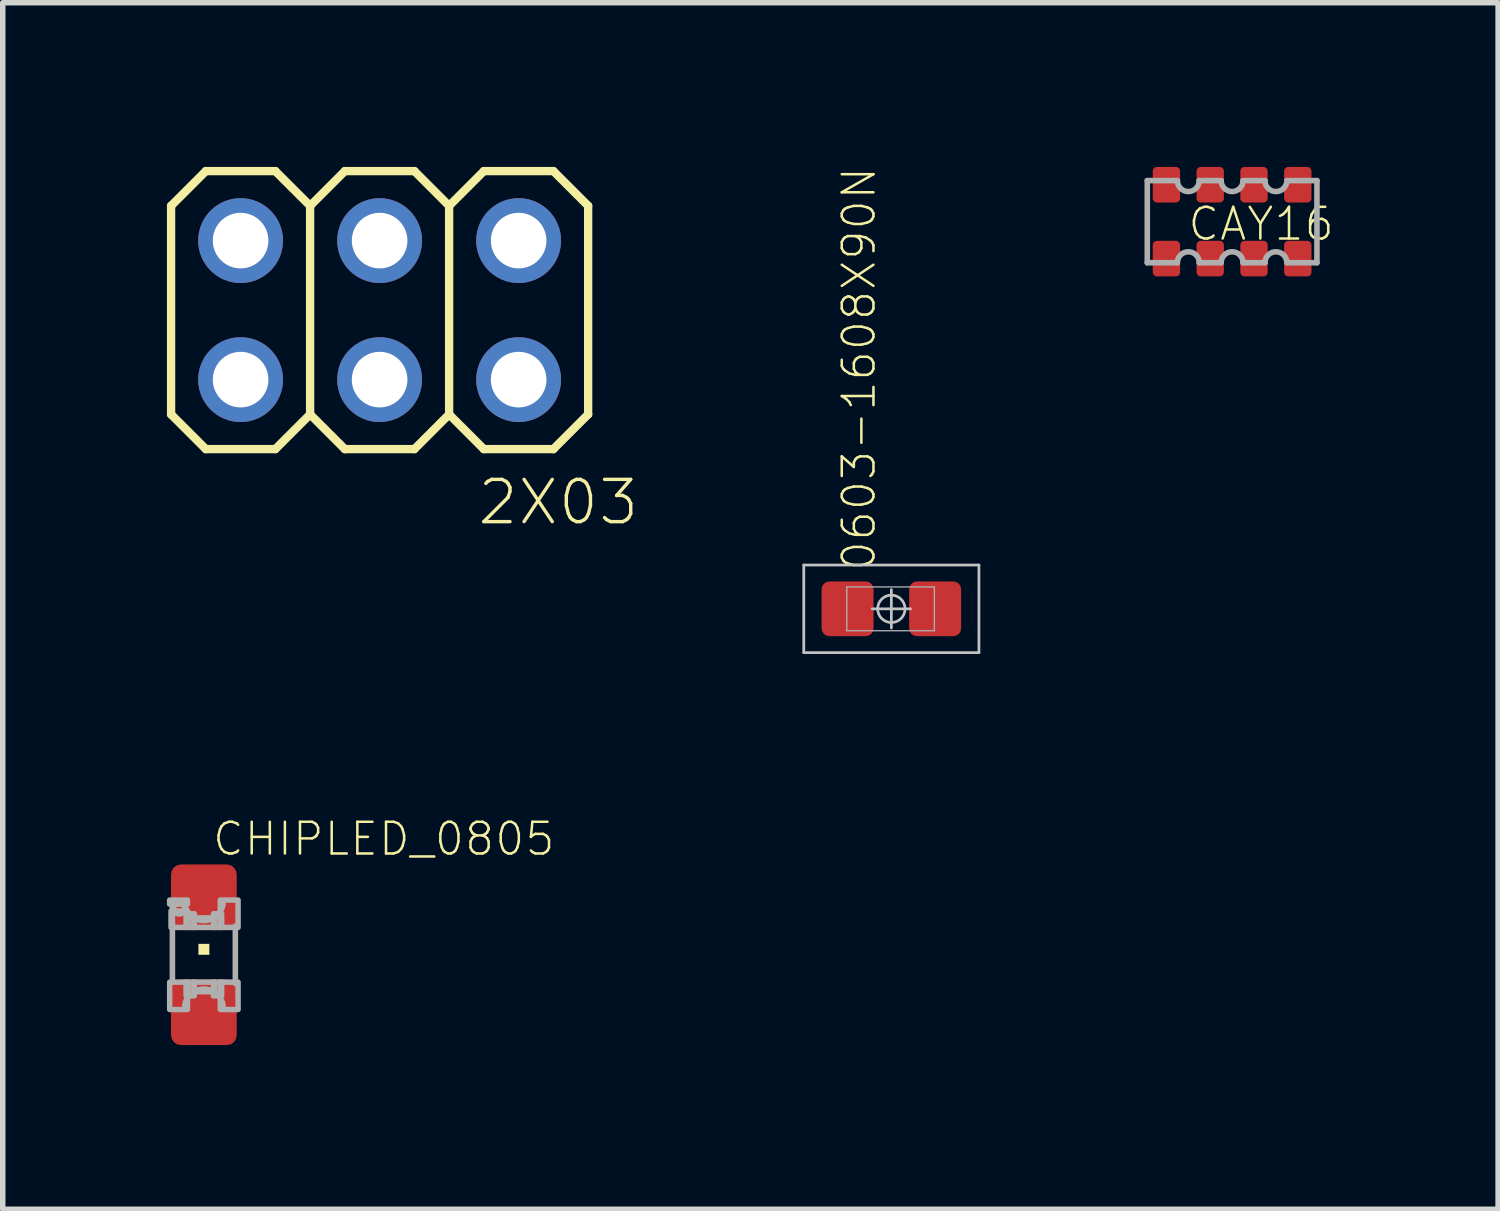
<source format=kicad_pcb>
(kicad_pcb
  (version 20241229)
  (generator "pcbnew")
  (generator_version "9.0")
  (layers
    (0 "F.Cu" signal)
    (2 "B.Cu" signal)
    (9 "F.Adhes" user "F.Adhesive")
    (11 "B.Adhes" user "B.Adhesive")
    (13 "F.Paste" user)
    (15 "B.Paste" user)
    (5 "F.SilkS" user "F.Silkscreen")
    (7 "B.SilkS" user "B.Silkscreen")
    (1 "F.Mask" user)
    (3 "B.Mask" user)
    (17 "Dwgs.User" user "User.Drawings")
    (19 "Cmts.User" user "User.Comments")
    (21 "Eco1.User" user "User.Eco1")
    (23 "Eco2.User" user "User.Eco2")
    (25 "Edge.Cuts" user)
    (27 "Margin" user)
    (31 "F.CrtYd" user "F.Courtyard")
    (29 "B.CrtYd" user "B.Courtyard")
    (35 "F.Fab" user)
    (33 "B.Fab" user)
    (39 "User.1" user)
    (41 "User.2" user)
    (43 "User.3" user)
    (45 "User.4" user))
  (footprint "CHIPLED_0805"
    (layer "F.Cu")
    (at 0.675 14.395)
    (property "Reference" "CHIPLED_0805" (at 0.127 -1.778 180) (layer "F.SilkS") (effects (font (size 0.579 0.579) (thickness 0.046)) (justify left bottom)))
    (attr through_hole)
    (fp_poly (pts (xy -0.1 0) (xy 0.1 0) (xy 0.1 -0.2) (xy -0.1 -0.2)) (stroke (width 0) (type solid)) (fill yes) (layer "F.SilkS"))
    (fp_line (start -0.575 0.5) (end -0.575 -0.925) (stroke (width 0.102) (type solid)) (layer "F.Fab"))
    (fp_line (start 0.575 -0.525) (end 0.575 0.525) (stroke (width 0.102) (type solid)) (layer "F.Fab"))
    (fp_arc (start -0.35 0.925) (mid -0.000001 0.625027) (end 0.35 0.924998) (stroke (width 0.1016) (type solid)) (layer "F.Fab"))
    (fp_arc (start 0.35 -0.924998) (mid -0.000001 -0.625027) (end -0.35 -0.925) (stroke (width 0.1016) (type solid)) (layer "F.Fab"))
    (fp_circle (center -0.45 -0.85) (end -0.347 -0.85) (stroke (width 0.102) (type solid)) (fill no) (layer "F.Fab"))
    (fp_poly (pts (xy -0.625 -0.925) (xy -0.3 -0.925) (xy -0.3 -1) (xy -0.625 -1)) (stroke (width 0.1) (type solid)) (fill no) (layer "F.Fab"))
    (fp_poly (pts (xy -0.625 1) (xy -0.3 1) (xy -0.3 0.5) (xy -0.625 0.5)) (stroke (width 0.1) (type solid)) (fill no) (layer "F.Fab"))
    (fp_poly (pts (xy -0.6 -0.5) (xy -0.3 -0.5) (xy -0.3 -0.8) (xy -0.6 -0.8)) (stroke (width 0.1) (type solid)) (fill no) (layer "F.Fab"))
    (fp_poly (pts (xy -0.325 -0.5) (xy -0.175 -0.5) (xy -0.175 -0.75) (xy -0.325 -0.75)) (stroke (width 0.1) (type solid)) (fill no) (layer "F.Fab"))
    (fp_poly (pts (xy -0.325 0.75) (xy -0.175 0.75) (xy -0.175 0.5) (xy -0.325 0.5)) (stroke (width 0.1) (type solid)) (fill no) (layer "F.Fab"))
    (fp_poly (pts (xy -0.2 -0.5) (xy 0.2 -0.5) (xy 0.2 -0.675) (xy -0.2 -0.675)) (stroke (width 0.1) (type solid)) (fill no) (layer "F.Fab"))
    (fp_poly (pts (xy -0.2 0.675) (xy 0.2 0.675) (xy 0.2 0.5) (xy -0.2 0.5)) (stroke (width 0.1) (type solid)) (fill no) (layer "F.Fab"))
    (fp_poly (pts (xy 0.175 -0.5) (xy 0.325 -0.5) (xy 0.325 -0.75) (xy 0.175 -0.75)) (stroke (width 0.1) (type solid)) (fill no) (layer "F.Fab"))
    (fp_poly (pts (xy 0.175 0.75) (xy 0.325 0.75) (xy 0.325 0.5) (xy 0.175 0.5)) (stroke (width 0.1) (type solid)) (fill no) (layer "F.Fab"))
    (fp_poly (pts (xy 0.3 -0.5) (xy 0.625 -0.5) (xy 0.625 -1) (xy 0.3 -1)) (stroke (width 0.1) (type solid)) (fill no) (layer "F.Fab"))
    (fp_poly (pts (xy 0.3 1) (xy 0.625 1) (xy 0.625 0.5) (xy 0.3 0.5)) (stroke (width 0.1) (type solid)) (fill no) (layer "F.Fab"))
    (pad "A" smd roundrect (at 0 1.05) (size 1.2 1.2) (layers "F.Cu" "F.Mask" "F.Paste") (roundrect_rratio 0.15))
    (pad "C" smd roundrect (at 0 -1.05) (size 1.2 1.2) (layers "F.Cu" "F.Mask" "F.Paste") (roundrect_rratio 0.15)))
  (footprint "2X03"
    (layer "F.Cu")
    (at 3.886 2.616)
    (property "Reference" "2X03" (at 1.753 3.962 0) (layer "F.SilkS") (effects (font (size 0.772 0.772) (thickness 0.062)) (justify left bottom)))
    (attr through_hole)
    (fp_line (start -3.81 -1.905) (end -3.175 -2.54) (stroke (width 0.152) (type solid)) (layer "F.SilkS"))
    (fp_line (start -3.81 1.905) (end -3.81 -1.905) (stroke (width 0.152) (type solid)) (layer "F.SilkS"))
    (fp_line (start -3.81 1.905) (end -3.175 2.54) (stroke (width 0.152) (type solid)) (layer "F.SilkS"))
    (fp_line (start -3.175 -2.54) (end -1.905 -2.54) (stroke (width 0.152) (type solid)) (layer "F.SilkS"))
    (fp_line (start -3.175 2.54) (end -1.905 2.54) (stroke (width 0.152) (type solid)) (layer "F.SilkS"))
    (fp_line (start -1.905 -2.54) (end -1.27 -1.905) (stroke (width 0.152) (type solid)) (layer "F.SilkS"))
    (fp_line (start -1.905 2.54) (end -1.27 1.905) (stroke (width 0.152) (type solid)) (layer "F.SilkS"))
    (fp_line (start -1.27 -1.905) (end -1.27 1.905) (stroke (width 0.152) (type solid)) (layer "F.SilkS"))
    (fp_line (start -1.27 -1.905) (end -0.635 -2.54) (stroke (width 0.152) (type solid)) (layer "F.SilkS"))
    (fp_line (start -1.27 1.905) (end -0.635 2.54) (stroke (width 0.152) (type solid)) (layer "F.SilkS"))
    (fp_line (start -0.635 -2.54) (end 0.635 -2.54) (stroke (width 0.152) (type solid)) (layer "F.SilkS"))
    (fp_line (start -0.635 2.54) (end 0.635 2.54) (stroke (width 0.152) (type solid)) (layer "F.SilkS"))
    (fp_line (start 0.635 -2.54) (end 1.27 -1.905) (stroke (width 0.152) (type solid)) (layer "F.SilkS"))
    (fp_line (start 0.635 2.54) (end 1.27 1.905) (stroke (width 0.152) (type solid)) (layer "F.SilkS"))
    (fp_line (start 1.27 -1.905) (end 1.27 1.905) (stroke (width 0.152) (type solid)) (layer "F.SilkS"))
    (fp_line (start 1.27 -1.905) (end 1.905 -2.54) (stroke (width 0.152) (type solid)) (layer "F.SilkS"))
    (fp_line (start 1.27 1.905) (end 1.905 2.54) (stroke (width 0.152) (type solid)) (layer "F.SilkS"))
    (fp_line (start 1.905 -2.54) (end 3.175 -2.54) (stroke (width 0.152) (type solid)) (layer "F.SilkS"))
    (fp_line (start 1.905 2.54) (end 3.175 2.54) (stroke (width 0.152) (type solid)) (layer "F.SilkS"))
    (fp_line (start 3.175 -2.54) (end 3.81 -1.905) (stroke (width 0.152) (type solid)) (layer "F.SilkS"))
    (fp_line (start 3.175 2.54) (end 3.81 1.905) (stroke (width 0.152) (type solid)) (layer "F.SilkS"))
    (fp_line (start 3.81 -1.905) (end 3.81 1.905) (stroke (width 0.152) (type solid)) (layer "F.SilkS"))
    (fp_poly (pts (xy -2.794 -1.016) (xy -2.286 -1.016) (xy -2.286 -1.524) (xy -2.794 -1.524)) (stroke (width 0.1) (type solid)) (fill no) (layer "F.Fab"))
    (fp_poly (pts (xy -2.794 1.524) (xy -2.286 1.524) (xy -2.286 1.016) (xy -2.794 1.016)) (stroke (width 0.1) (type solid)) (fill no) (layer "F.Fab"))
    (fp_poly (pts (xy -0.254 -1.016) (xy 0.254 -1.016) (xy 0.254 -1.524) (xy -0.254 -1.524)) (stroke (width 0.1) (type solid)) (fill no) (layer "F.Fab"))
    (fp_poly (pts (xy -0.254 1.524) (xy 0.254 1.524) (xy 0.254 1.016) (xy -0.254 1.016)) (stroke (width 0.1) (type solid)) (fill no) (layer "F.Fab"))
    (fp_poly (pts (xy 2.286 -1.016) (xy 2.794 -1.016) (xy 2.794 -1.524) (xy 2.286 -1.524)) (stroke (width 0.1) (type solid)) (fill no) (layer "F.Fab"))
    (fp_poly (pts (xy 2.286 1.524) (xy 2.794 1.524) (xy 2.794 1.016) (xy 2.286 1.016)) (stroke (width 0.1) (type solid)) (fill no) (layer "F.Fab"))
    (pad "1" thru_hole circle (at -2.54 1.27) (size 1.55 1.55) (drill 1.016) (layers "*.Cu" "*.Mask"))
    (pad "2" thru_hole circle (at -2.54 -1.27) (size 1.55 1.55) (drill 1.016) (layers "*.Cu" "*.Mask"))
    (pad "3" thru_hole circle (at 0 1.27) (size 1.55 1.55) (drill 1.016) (layers "*.Cu" "*.Mask"))
    (pad "4" thru_hole circle (at 0 -1.27) (size 1.55 1.55) (drill 1.016) (layers "*.Cu" "*.Mask"))
    (pad "5" thru_hole circle (at 2.54 1.27) (size 1.55 1.55) (drill 1.016) (layers "*.Cu" "*.Mask"))
    (pad "6" thru_hole circle (at 2.54 -1.27) (size 1.55 1.55) (drill 1.016) (layers "*.Cu" "*.Mask")))
  (footprint "CAY16"
    (layer "F.Cu")
    (at 19.462 1)
    (property "Reference" "CAY16" (at -0.838 0.381 0) (layer "F.SilkS") (effects (font (size 0.579 0.579) (thickness 0.046)) (justify left bottom)))
    (attr through_hole)
    (fp_line (start -1.55 -0.75) (end -1 -0.75) (stroke (width 0.102) (type solid)) (layer "F.Fab"))
    (fp_line (start -1.55 0.75) (end -1.55 -0.75) (stroke (width 0.102) (type solid)) (layer "F.Fab"))
    (fp_line (start -1 0.75) (end -1.55 0.75) (stroke (width 0.102) (type solid)) (layer "F.Fab"))
    (fp_line (start -0.6 -0.75) (end -0.2 -0.75) (stroke (width 0.102) (type solid)) (layer "F.Fab"))
    (fp_line (start -0.2 0.75) (end -0.6 0.75) (stroke (width 0.102) (type solid)) (layer "F.Fab"))
    (fp_line (start 0.2 -0.75) (end 0.6 -0.75) (stroke (width 0.102) (type solid)) (layer "F.Fab"))
    (fp_line (start 0.6 0.75) (end 0.2 0.75) (stroke (width 0.102) (type solid)) (layer "F.Fab"))
    (fp_line (start 1 -0.75) (end 1.55 -0.75) (stroke (width 0.102) (type solid)) (layer "F.Fab"))
    (fp_line (start 1.55 -0.75) (end 1.55 0.75) (stroke (width 0.102) (type solid)) (layer "F.Fab"))
    (fp_line (start 1.55 0.75) (end 1 0.75) (stroke (width 0.102) (type solid)) (layer "F.Fab"))
    (fp_arc (start -1 0.75) (mid -0.8 0.55) (end -0.6 0.75) (stroke (width 0.1016) (type solid)) (layer "F.Fab"))
    (fp_arc (start -0.6 -0.75) (mid -0.8 -0.55) (end -1 -0.75) (stroke (width 0.1016) (type solid)) (layer "F.Fab"))
    (fp_arc (start -0.2 0.75) (mid 0 0.55) (end 0.2 0.75) (stroke (width 0.1016) (type solid)) (layer "F.Fab"))
    (fp_arc (start 0.2 -0.75) (mid 0 -0.55) (end -0.2 -0.75) (stroke (width 0.1016) (type solid)) (layer "F.Fab"))
    (fp_arc (start 0.6 0.75) (mid 0.8 0.55) (end 1 0.75) (stroke (width 0.1016) (type solid)) (layer "F.Fab"))
    (fp_arc (start 1 -0.75) (mid 0.8 -0.55) (end 0.6 -0.75) (stroke (width 0.1016) (type solid)) (layer "F.Fab"))
    (pad "1" smd roundrect (at -1.2 0.675) (size 0.5 0.65) (layers "F.Cu" "F.Mask" "F.Paste") (roundrect_rratio 0.152))
    (pad "2" smd roundrect (at -0.4 0.675) (size 0.5 0.65) (layers "F.Cu" "F.Mask" "F.Paste") (roundrect_rratio 0.152))
    (pad "3" smd roundrect (at 0.4 0.675) (size 0.5 0.65) (layers "F.Cu" "F.Mask" "F.Paste") (roundrect_rratio 0.152))
    (pad "4" smd roundrect (at 1.2 0.675) (size 0.5 0.65) (layers "F.Cu" "F.Mask" "F.Paste") (roundrect_rratio 0.152))
    (pad "5" smd roundrect (at 1.2 -0.675) (size 0.5 0.65) (layers "F.Cu" "F.Mask" "F.Paste") (roundrect_rratio 0.152))
    (pad "6" smd roundrect (at 0.4 -0.675) (size 0.5 0.65) (layers "F.Cu" "F.Mask" "F.Paste") (roundrect_rratio 0.152))
    (pad "7" smd roundrect (at -0.4 -0.675) (size 0.5 0.65) (layers "F.Cu" "F.Mask" "F.Paste") (roundrect_rratio 0.152))
    (pad "8" smd roundrect (at -1.2 -0.675) (size 0.5 0.65) (layers "F.Cu" "F.Mask" "F.Paste") (roundrect_rratio 0.152)))
  (footprint "0603-1608X90N"
    (layer "F.Cu")
    (at 13.236 8.074)
    (property "Reference" "0603-1608X90N" (at -0.254 -0.66 90) (layer "F.SilkS") (effects (font (size 0.579 0.579) (thickness 0.046)) (justify left bottom)))
    (attr through_hole)
    (fp_line (start -1.6 -0.8) (end -1.6 0.8) (stroke (width 0.05) (type solid)) (layer "Dwgs.User"))
    (fp_line (start -1.6 0.8) (end 1.6 0.8) (stroke (width 0.05) (type solid)) (layer "Dwgs.User"))
    (fp_line (start -0.35 0) (end 0.35 0) (stroke (width 0.05) (type solid)) (layer "Dwgs.User"))
    (fp_line (start 0 0.35) (end 0 -0.35) (stroke (width 0.05) (type solid)) (layer "Dwgs.User"))
    (fp_line (start 1.6 -0.8) (end -1.6 -0.8) (stroke (width 0.05) (type solid)) (layer "Dwgs.User"))
    (fp_line (start 1.6 0.8) (end 1.6 -0.8) (stroke (width 0.05) (type solid)) (layer "Dwgs.User"))
    (fp_circle (center 0 0) (end 0.25 0) (stroke (width 0.05) (type solid)) (fill no) (layer "Dwgs.User"))
    (fp_line (start -0.814 -0.4) (end -0.814 0.4) (stroke (width 0.025) (type solid)) (layer "F.Fab"))
    (fp_line (start -0.814 0.4) (end 0.786 0.4) (stroke (width 0.025) (type solid)) (layer "F.Fab"))
    (fp_line (start 0.786 -0.4) (end -0.814 -0.4) (stroke (width 0.025) (type solid)) (layer "F.Fab"))
    (fp_line (start 0.786 0.4) (end 0.786 -0.4) (stroke (width 0.025) (type solid)) (layer "F.Fab"))
    (pad "1" smd roundrect (at -0.8 0) (size 0.95 1) (layers "F.Cu" "F.Mask" "F.Paste") (roundrect_rratio 0.15))
    (pad "2" smd roundrect (at 0.8 0) (size 0.95 1) (layers "F.Cu" "F.Mask" "F.Paste") (roundrect_rratio 0.15)))
  (gr_rect
    (start -3 -3)
    (end 24.322 19.045)
    (stroke (width 0.1) (type default))
    (fill no)
    (layer "Edge.Cuts")))
</source>
